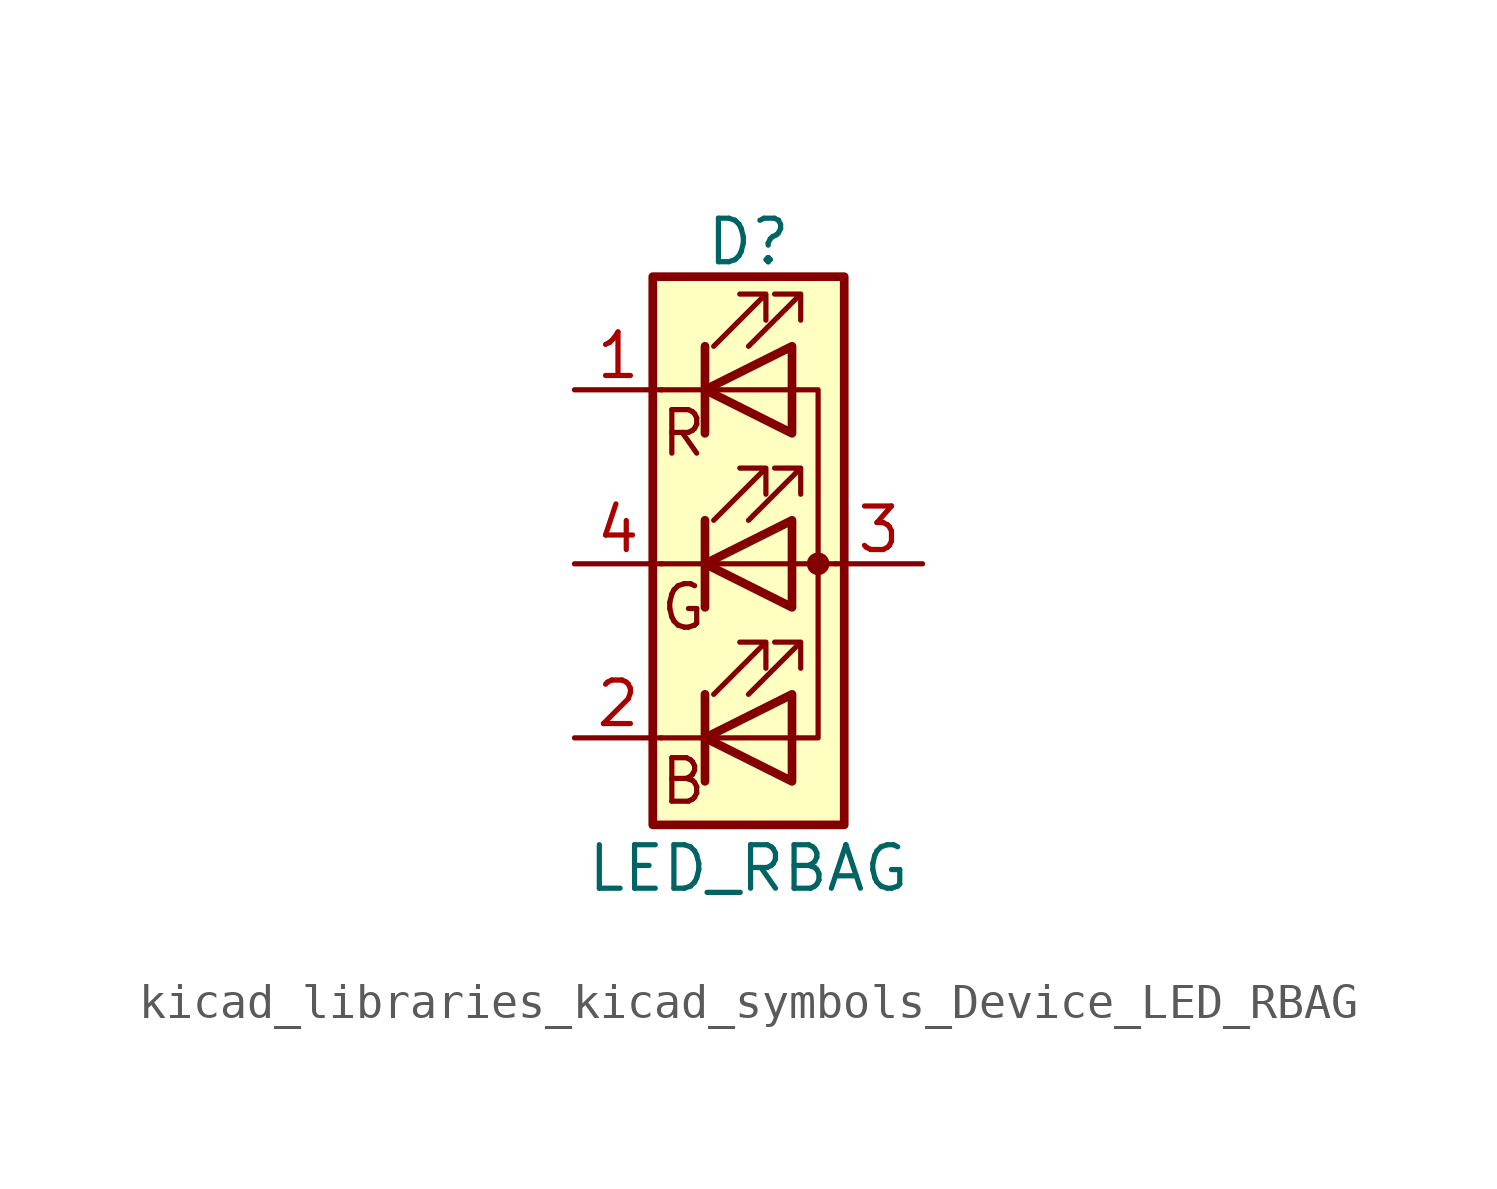
<source format=kicad_sym>
(kicad_symbol_lib
  (version 20220914)
  (generator kicad_symbol_editor)
  (symbol "kicad_libraries_kicad_symbols_Device_LED_RBAG"
    (pin_names
      (offset 0) hide)
    (property "Reference" "D"
      (at 0 9.398 0)
      (effects (font (size 1.27 1.27))))
    (property "Value" "LED_RBAG"
      (at 0 -8.89 0)
      (effects (font (size 1.27 1.27))))
    (symbol "kicad_libraries_kicad_symbols_Device_LED_RBAG_0_0"
      (text "B" (at -1.905 -6.35 0) (effects (font (size 1.27 1.27))))
      (text "G" (at -1.905 -1.27 0) (effects (font (size 1.27 1.27))))
      (text "R" (at -1.905 3.81 0) (effects (font (size 1.27 1.27)))))
    (symbol "kicad_libraries_kicad_symbols_Device_LED_RBAG_0_1"
      (polyline (pts (xy -1.27 -5.08) (xy -2.54 -5.08)) (stroke (width 0) (type default)) (fill (type none)))
      (polyline (pts (xy -1.27 -5.08) (xy 1.27 -5.08)) (stroke (width 0) (type default)) (fill (type none)))
      (polyline (pts (xy -1.27 -3.81) (xy -1.27 -6.35)) (stroke (width 0.254) (type default)) (fill (type none)))
      (polyline (pts (xy -1.27 0) (xy -2.54 0)) (stroke (width 0) (type default)) (fill (type none)))
      (polyline (pts (xy -1.27 1.27) (xy -1.27 -1.27)) (stroke (width 0.254) (type default)) (fill (type none)))
      (polyline (pts (xy -1.27 5.08) (xy -2.54 5.08)) (stroke (width 0) (type default)) (fill (type none)))
      (polyline (pts (xy -1.27 5.08) (xy 1.27 5.08)) (stroke (width 0) (type default)) (fill (type none)))
      (polyline (pts (xy -1.27 6.35) (xy -1.27 3.81)) (stroke (width 0.254) (type default)) (fill (type none)))
      (polyline (pts (xy 1.27 0) (xy -1.27 0)) (stroke (width 0) (type default)) (fill (type none)))
      (polyline (pts (xy 1.27 0) (xy 2.54 0)) (stroke (width 0) (type default)) (fill (type none)))
      (polyline (pts (xy -1.27 1.27) (xy -1.27 -1.27) (xy -1.27 -1.27)) (stroke (width 0) (type default)) (fill (type none)))
      (polyline (pts (xy -1.27 6.35) (xy -1.27 3.81) (xy -1.27 3.81)) (stroke (width 0) (type default)) (fill (type none)))
      (polyline (pts (xy 1.27 -5.08) (xy 2.032 -5.08) (xy 2.032 5.08) (xy 1.27 5.08)) (stroke (width 0) (type default)) (fill (type none)))
      (polyline (pts (xy 1.27 -3.81) (xy 1.27 -6.35) (xy -1.27 -5.08) (xy 1.27 -3.81)) (stroke (width 0.254) (type default)) (fill (type none)))
      (polyline (pts (xy 1.27 1.27) (xy 1.27 -1.27) (xy -1.27 0) (xy 1.27 1.27)) (stroke (width 0.254) (type default)) (fill (type none)))
      (polyline (pts (xy 1.27 6.35) (xy 1.27 3.81) (xy -1.27 5.08) (xy 1.27 6.35)) (stroke (width 0.254) (type default)) (fill (type none)))
      (polyline (pts (xy -1.016 -3.81) (xy 0.508 -2.286) (xy -0.254 -2.286) (xy 0.508 -2.286) (xy 0.508 -3.048)) (stroke (width 0) (type default)) (fill (type none)))
      (polyline (pts (xy -1.016 1.27) (xy 0.508 2.794) (xy -0.254 2.794) (xy 0.508 2.794) (xy 0.508 2.032)) (stroke (width 0) (type default)) (fill (type none)))
      (polyline (pts (xy -1.016 6.35) (xy 0.508 7.874) (xy -0.254 7.874) (xy 0.508 7.874) (xy 0.508 7.112)) (stroke (width 0) (type default)) (fill (type none)))
      (polyline (pts (xy 0 -3.81) (xy 1.524 -2.286) (xy 0.762 -2.286) (xy 1.524 -2.286) (xy 1.524 -3.048)) (stroke (width 0) (type default)) (fill (type none)))
      (polyline (pts (xy 0 1.27) (xy 1.524 2.794) (xy 0.762 2.794) (xy 1.524 2.794) (xy 1.524 2.032)) (stroke (width 0) (type default)) (fill (type none)))
      (polyline (pts (xy 0 6.35) (xy 1.524 7.874) (xy 0.762 7.874) (xy 1.524 7.874) (xy 1.524 7.112)) (stroke (width 0) (type default)) (fill (type none)))
      (rectangle (start 1.27 -1.27) (end 1.27 1.27) (stroke (width 0) (type default)) (fill (type none)))
      (rectangle (start 1.27 1.27) (end 1.27 1.27) (stroke (width 0) (type default)) (fill (type none)))
      (rectangle (start 1.27 3.81) (end 1.27 6.35) (stroke (width 0) (type default)) (fill (type none)))
      (rectangle (start 1.27 6.35) (end 1.27 6.35) (stroke (width 0) (type default)) (fill (type none)))
      (circle (center 2.032 0) (radius 0.254) (stroke (width 0) (type default)) (fill (type outline)))
      (rectangle (start 2.794 8.382) (end -2.794 -7.62) (stroke (width 0.254) (type default)) (fill (type background))))
    (symbol "kicad_libraries_kicad_symbols_Device_LED_RBAG_1_1"
      (pin passive line (at -5.08 5.08 0) (length 2.54) (name "RK" (effects (font (size 1.27 1.27)))) (number "1" (effects (font (size 1.27 1.27)))))
      (pin passive line (at -5.08 -5.08 0) (length 2.54) (name "BK" (effects (font (size 1.27 1.27)))) (number "2" (effects (font (size 1.27 1.27)))))
      (pin passive line (at 5.08 0 180) (length 2.54) (name "A" (effects (font (size 1.27 1.27)))) (number "3" (effects (font (size 1.27 1.27)))))
      (pin passive line (at -5.08 0 0) (length 2.54) (name "GK" (effects (font (size 1.27 1.27)))) (number "4" (effects (font (size 1.27 1.27))))))))
</source>
